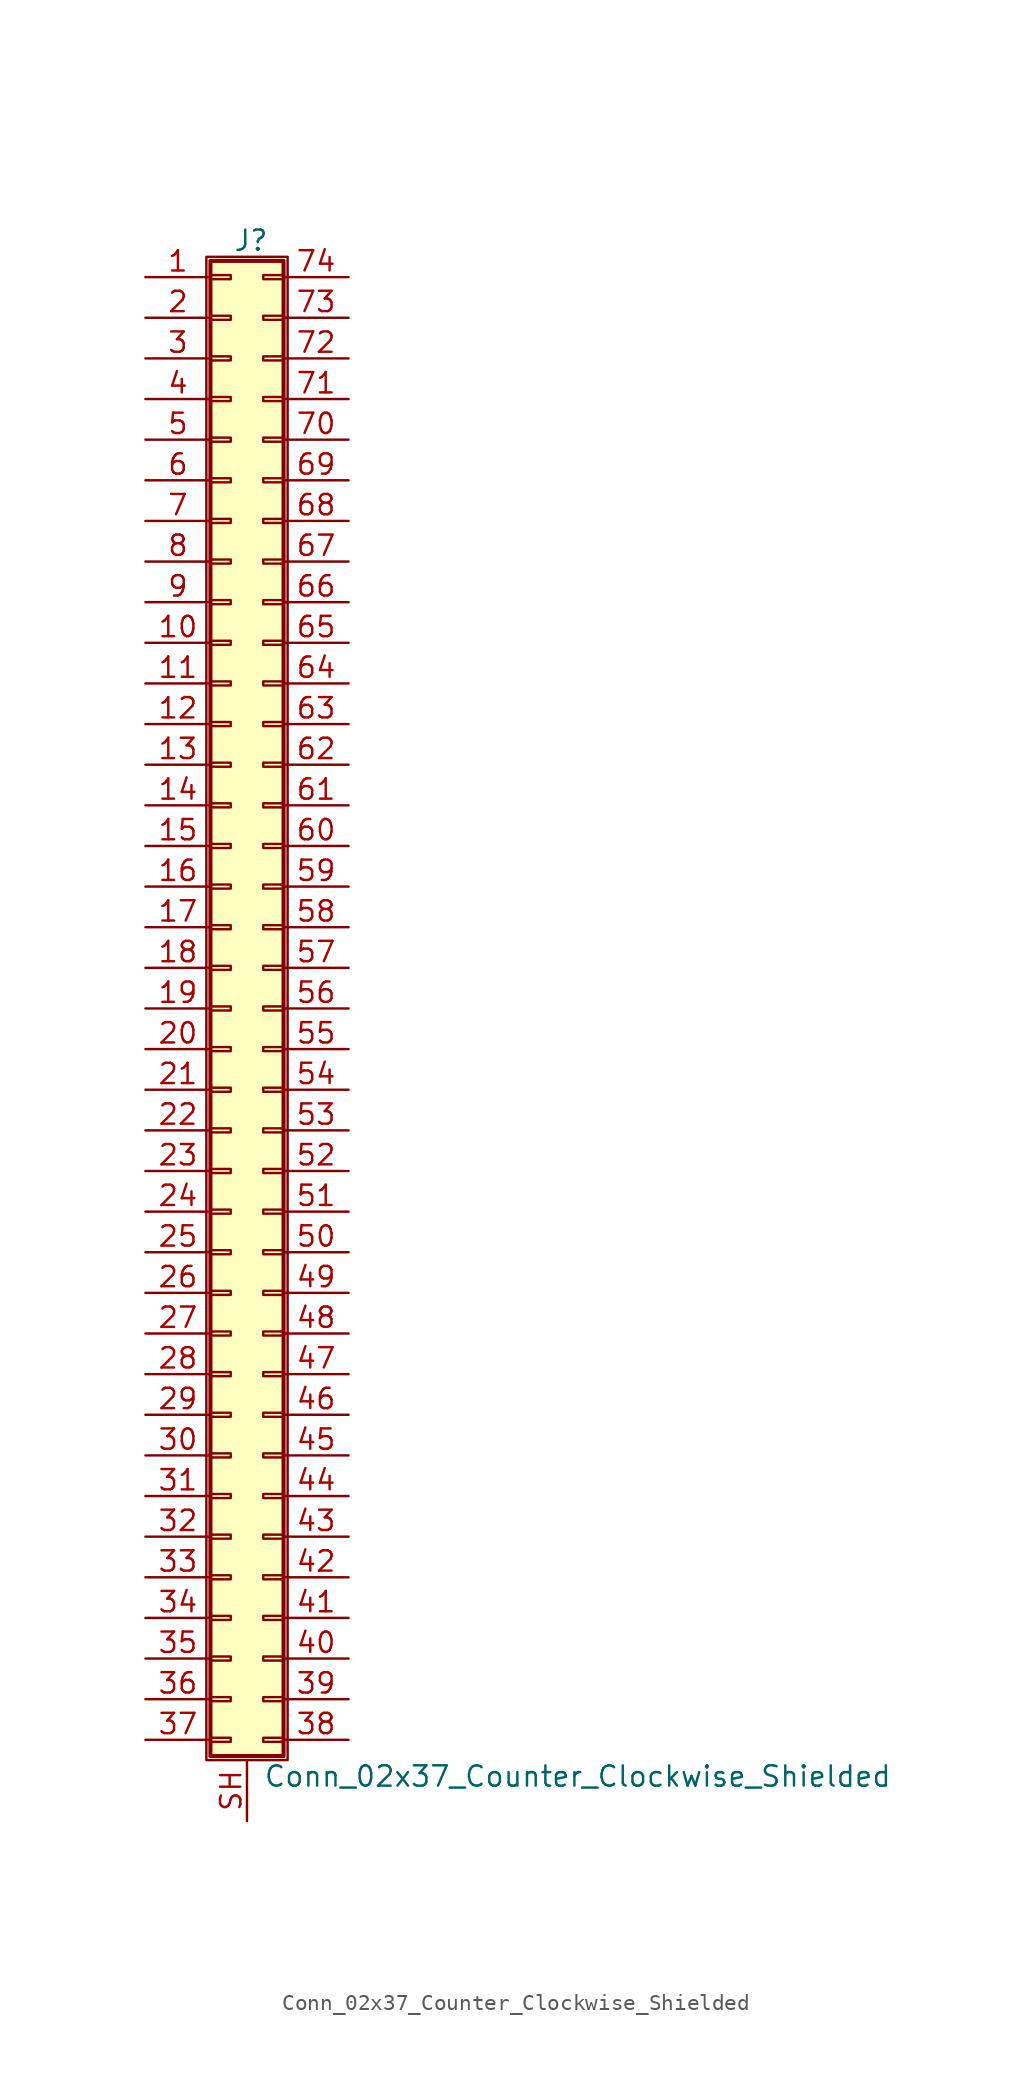
<source format=kicad_sym>
(kicad_symbol_lib
  (version 20201005)
  (generator kicad_symbol_editor)
  (symbol "Connector_Generic_Shielded:Conn_02x37_Counter_Clockwise_Shielded"
    (pin_names
      (offset 1.016) hide)
    (property "Reference" "J"
      (at 1.524 48.006 0)
      (effects (font (size 1.27 1.27))))
    (property "Value" "Conn_02x37_Counter_Clockwise_Shielded"
      (at 2.286 -48.006 0)
      (effects (font (size 1.27 1.27)) (justify left)))
    (symbol "Conn_02x37_Counter_Clockwise_Shielded_1_1"
      (rectangle (start -1.016 -27.813) (end 0.254 -28.067) (stroke (width 0.152)) (fill (type none)))
      (rectangle (start -1.016 -30.353) (end 0.254 -30.607) (stroke (width 0.152)) (fill (type none)))
      (rectangle (start -1.016 -32.893) (end 0.254 -33.147) (stroke (width 0.152)) (fill (type none)))
      (rectangle (start -1.016 -35.433) (end 0.254 -35.687) (stroke (width 0.152)) (fill (type none)))
      (rectangle (start -1.016 -37.973) (end 0.254 -38.227) (stroke (width 0.152)) (fill (type none)))
      (rectangle (start -1.016 -40.513) (end 0.254 -40.767) (stroke (width 0.152)) (fill (type none)))
      (rectangle (start -1.016 -43.053) (end 0.254 -43.307) (stroke (width 0.152)) (fill (type none)))
      (rectangle (start -1.016 -45.593) (end 0.254 -45.847) (stroke (width 0.152)) (fill (type none)))
      (rectangle (start -1.016 -4.953) (end 0.254 -5.207) (stroke (width 0.152)) (fill (type none)))
      (rectangle (start -1.016 -7.493) (end 0.254 -7.747) (stroke (width 0.152)) (fill (type none)))
      (rectangle (start -1.016 -10.033) (end 0.254 -10.287) (stroke (width 0.152)) (fill (type none)))
      (rectangle (start -1.016 -12.573) (end 0.254 -12.827) (stroke (width 0.152)) (fill (type none)))
      (rectangle (start -1.016 -15.113) (end 0.254 -15.367) (stroke (width 0.152)) (fill (type none)))
      (rectangle (start -1.016 -17.653) (end 0.254 -17.907) (stroke (width 0.152)) (fill (type none)))
      (rectangle (start -1.016 -20.193) (end 0.254 -20.447) (stroke (width 0.152)) (fill (type none)))
      (rectangle (start -1.016 -22.733) (end 0.254 -22.987) (stroke (width 0.152)) (fill (type none)))
      (rectangle (start -1.016 -2.413) (end 0.254 -2.667) (stroke (width 0.152)) (fill (type none)))
      (rectangle (start -1.016 -25.273) (end 0.254 -25.527) (stroke (width 0.152)) (fill (type none)))
      (rectangle (start -1.016 25.527) (end 0.254 25.273) (stroke (width 0.152)) (fill (type none)))
      (rectangle (start -1.016 2.667) (end 0.254 2.413) (stroke (width 0.152)) (fill (type none)))
      (rectangle (start -1.016 28.067) (end 0.254 27.813) (stroke (width 0.152)) (fill (type none)))
      (rectangle (start -1.016 30.607) (end 0.254 30.353) (stroke (width 0.152)) (fill (type none)))
      (rectangle (start -1.016 33.147) (end 0.254 32.893) (stroke (width 0.152)) (fill (type none)))
      (rectangle (start -1.016 35.687) (end 0.254 35.433) (stroke (width 0.152)) (fill (type none)))
      (rectangle (start -1.016 38.227) (end 0.254 37.973) (stroke (width 0.152)) (fill (type none)))
      (rectangle (start -1.016 40.767) (end 0.254 40.513) (stroke (width 0.152)) (fill (type none)))
      (rectangle (start -1.016 43.307) (end 0.254 43.053) (stroke (width 0.152)) (fill (type none)))
      (rectangle (start -1.016 45.847) (end 0.254 45.593) (stroke (width 0.152)) (fill (type none)))
      (rectangle (start -1.016 46.736) (end 3.556 -46.736) (stroke (width 0.254)) (fill (type background)))
      (rectangle (start -1.016 5.207) (end 0.254 4.953) (stroke (width 0.152)) (fill (type none)))
      (rectangle (start -1.016 7.747) (end 0.254 7.493) (stroke (width 0.152)) (fill (type none)))
      (rectangle (start -1.016 10.287) (end 0.254 10.033) (stroke (width 0.152)) (fill (type none)))
      (rectangle (start -1.016 0.127) (end 0.254 -0.127) (stroke (width 0.152)) (fill (type none)))
      (rectangle (start -1.016 12.827) (end 0.254 12.573) (stroke (width 0.152)) (fill (type none)))
      (rectangle (start -1.016 15.367) (end 0.254 15.113) (stroke (width 0.152)) (fill (type none)))
      (rectangle (start -1.016 17.907) (end 0.254 17.653) (stroke (width 0.152)) (fill (type none)))
      (rectangle (start -1.016 20.447) (end 0.254 20.193) (stroke (width 0.152)) (fill (type none)))
      (rectangle (start -1.016 22.987) (end 0.254 22.733) (stroke (width 0.152)) (fill (type none)))
      (rectangle (start -1.27 46.99) (end 3.81 -46.99) (stroke (width 0.152)) (fill (type none)))
      (rectangle (start 3.556 -27.813) (end 2.286 -28.067) (stroke (width 0.152)) (fill (type none)))
      (rectangle (start 3.556 -30.353) (end 2.286 -30.607) (stroke (width 0.152)) (fill (type none)))
      (rectangle (start 3.556 -32.893) (end 2.286 -33.147) (stroke (width 0.152)) (fill (type none)))
      (rectangle (start 3.556 -35.433) (end 2.286 -35.687) (stroke (width 0.152)) (fill (type none)))
      (rectangle (start 3.556 -37.973) (end 2.286 -38.227) (stroke (width 0.152)) (fill (type none)))
      (rectangle (start 3.556 -40.513) (end 2.286 -40.767) (stroke (width 0.152)) (fill (type none)))
      (rectangle (start 3.556 -43.053) (end 2.286 -43.307) (stroke (width 0.152)) (fill (type none)))
      (rectangle (start 3.556 -45.593) (end 2.286 -45.847) (stroke (width 0.152)) (fill (type none)))
      (rectangle (start 3.556 -4.953) (end 2.286 -5.207) (stroke (width 0.152)) (fill (type none)))
      (rectangle (start 3.556 -7.493) (end 2.286 -7.747) (stroke (width 0.152)) (fill (type none)))
      (rectangle (start 3.556 -10.033) (end 2.286 -10.287) (stroke (width 0.152)) (fill (type none)))
      (rectangle (start 3.556 -12.573) (end 2.286 -12.827) (stroke (width 0.152)) (fill (type none)))
      (rectangle (start 3.556 -15.113) (end 2.286 -15.367) (stroke (width 0.152)) (fill (type none)))
      (rectangle (start 3.556 -17.653) (end 2.286 -17.907) (stroke (width 0.152)) (fill (type none)))
      (rectangle (start 3.556 -20.193) (end 2.286 -20.447) (stroke (width 0.152)) (fill (type none)))
      (rectangle (start 3.556 -22.733) (end 2.286 -22.987) (stroke (width 0.152)) (fill (type none)))
      (rectangle (start 3.556 -2.413) (end 2.286 -2.667) (stroke (width 0.152)) (fill (type none)))
      (rectangle (start 3.556 -25.273) (end 2.286 -25.527) (stroke (width 0.152)) (fill (type none)))
      (rectangle (start 3.556 25.527) (end 2.286 25.273) (stroke (width 0.152)) (fill (type none)))
      (rectangle (start 3.556 2.667) (end 2.286 2.413) (stroke (width 0.152)) (fill (type none)))
      (rectangle (start 3.556 28.067) (end 2.286 27.813) (stroke (width 0.152)) (fill (type none)))
      (rectangle (start 3.556 30.607) (end 2.286 30.353) (stroke (width 0.152)) (fill (type none)))
      (rectangle (start 3.556 33.147) (end 2.286 32.893) (stroke (width 0.152)) (fill (type none)))
      (rectangle (start 3.556 35.687) (end 2.286 35.433) (stroke (width 0.152)) (fill (type none)))
      (rectangle (start 3.556 38.227) (end 2.286 37.973) (stroke (width 0.152)) (fill (type none)))
      (rectangle (start 3.556 40.767) (end 2.286 40.513) (stroke (width 0.152)) (fill (type none)))
      (rectangle (start 3.556 43.307) (end 2.286 43.053) (stroke (width 0.152)) (fill (type none)))
      (rectangle (start 3.556 45.847) (end 2.286 45.593) (stroke (width 0.152)) (fill (type none)))
      (rectangle (start 3.556 5.207) (end 2.286 4.953) (stroke (width 0.152)) (fill (type none)))
      (rectangle (start 3.556 7.747) (end 2.286 7.493) (stroke (width 0.152)) (fill (type none)))
      (rectangle (start 3.556 10.287) (end 2.286 10.033) (stroke (width 0.152)) (fill (type none)))
      (rectangle (start 3.556 0.127) (end 2.286 -0.127) (stroke (width 0.152)) (fill (type none)))
      (rectangle (start 3.556 12.827) (end 2.286 12.573) (stroke (width 0.152)) (fill (type none)))
      (rectangle (start 3.556 15.367) (end 2.286 15.113) (stroke (width 0.152)) (fill (type none)))
      (rectangle (start 3.556 17.907) (end 2.286 17.653) (stroke (width 0.152)) (fill (type none)))
      (rectangle (start 3.556 20.447) (end 2.286 20.193) (stroke (width 0.152)) (fill (type none)))
      (rectangle (start 3.556 22.987) (end 2.286 22.733) (stroke (width 0.152)) (fill (type none)))
      (pin passive line (at -5.08 45.72 0) (length 4.064) (name "Pin_1" (effects (font (size 1.27 1.27)))) (number "1" (effects (font (size 1.27 1.27)))))
      (pin passive line (at -5.08 22.86 0) (length 4.064) (name "Pin_10" (effects (font (size 1.27 1.27)))) (number "10" (effects (font (size 1.27 1.27)))))
      (pin passive line (at -5.08 20.32 0) (length 4.064) (name "Pin_11" (effects (font (size 1.27 1.27)))) (number "11" (effects (font (size 1.27 1.27)))))
      (pin passive line (at -5.08 17.78 0) (length 4.064) (name "Pin_12" (effects (font (size 1.27 1.27)))) (number "12" (effects (font (size 1.27 1.27)))))
      (pin passive line (at -5.08 15.24 0) (length 4.064) (name "Pin_13" (effects (font (size 1.27 1.27)))) (number "13" (effects (font (size 1.27 1.27)))))
      (pin passive line (at -5.08 12.7 0) (length 4.064) (name "Pin_14" (effects (font (size 1.27 1.27)))) (number "14" (effects (font (size 1.27 1.27)))))
      (pin passive line (at -5.08 10.16 0) (length 4.064) (name "Pin_15" (effects (font (size 1.27 1.27)))) (number "15" (effects (font (size 1.27 1.27)))))
      (pin passive line (at -5.08 7.62 0) (length 4.064) (name "Pin_16" (effects (font (size 1.27 1.27)))) (number "16" (effects (font (size 1.27 1.27)))))
      (pin passive line (at -5.08 5.08 0) (length 4.064) (name "Pin_17" (effects (font (size 1.27 1.27)))) (number "17" (effects (font (size 1.27 1.27)))))
      (pin passive line (at -5.08 2.54 0) (length 4.064) (name "Pin_18" (effects (font (size 1.27 1.27)))) (number "18" (effects (font (size 1.27 1.27)))))
      (pin passive line (at -5.08 0 0) (length 4.064) (name "Pin_19" (effects (font (size 1.27 1.27)))) (number "19" (effects (font (size 1.27 1.27)))))
      (pin passive line (at -5.08 43.18 0) (length 4.064) (name "Pin_2" (effects (font (size 1.27 1.27)))) (number "2" (effects (font (size 1.27 1.27)))))
      (pin passive line (at -5.08 -2.54 0) (length 4.064) (name "Pin_20" (effects (font (size 1.27 1.27)))) (number "20" (effects (font (size 1.27 1.27)))))
      (pin passive line (at -5.08 -5.08 0) (length 4.064) (name "Pin_21" (effects (font (size 1.27 1.27)))) (number "21" (effects (font (size 1.27 1.27)))))
      (pin passive line (at -5.08 -7.62 0) (length 4.064) (name "Pin_22" (effects (font (size 1.27 1.27)))) (number "22" (effects (font (size 1.27 1.27)))))
      (pin passive line (at -5.08 -10.16 0) (length 4.064) (name "Pin_23" (effects (font (size 1.27 1.27)))) (number "23" (effects (font (size 1.27 1.27)))))
      (pin passive line (at -5.08 -12.7 0) (length 4.064) (name "Pin_24" (effects (font (size 1.27 1.27)))) (number "24" (effects (font (size 1.27 1.27)))))
      (pin passive line (at -5.08 -15.24 0) (length 4.064) (name "Pin_25" (effects (font (size 1.27 1.27)))) (number "25" (effects (font (size 1.27 1.27)))))
      (pin passive line (at -5.08 -17.78 0) (length 4.064) (name "Pin_26" (effects (font (size 1.27 1.27)))) (number "26" (effects (font (size 1.27 1.27)))))
      (pin passive line (at -5.08 -20.32 0) (length 4.064) (name "Pin_27" (effects (font (size 1.27 1.27)))) (number "27" (effects (font (size 1.27 1.27)))))
      (pin passive line (at -5.08 -22.86 0) (length 4.064) (name "Pin_28" (effects (font (size 1.27 1.27)))) (number "28" (effects (font (size 1.27 1.27)))))
      (pin passive line (at -5.08 -25.4 0) (length 4.064) (name "Pin_29" (effects (font (size 1.27 1.27)))) (number "29" (effects (font (size 1.27 1.27)))))
      (pin passive line (at -5.08 40.64 0) (length 4.064) (name "Pin_3" (effects (font (size 1.27 1.27)))) (number "3" (effects (font (size 1.27 1.27)))))
      (pin passive line (at -5.08 -27.94 0) (length 4.064) (name "Pin_30" (effects (font (size 1.27 1.27)))) (number "30" (effects (font (size 1.27 1.27)))))
      (pin passive line (at -5.08 -30.48 0) (length 4.064) (name "Pin_31" (effects (font (size 1.27 1.27)))) (number "31" (effects (font (size 1.27 1.27)))))
      (pin passive line (at -5.08 -33.02 0) (length 4.064) (name "Pin_32" (effects (font (size 1.27 1.27)))) (number "32" (effects (font (size 1.27 1.27)))))
      (pin passive line (at -5.08 -35.56 0) (length 4.064) (name "Pin_33" (effects (font (size 1.27 1.27)))) (number "33" (effects (font (size 1.27 1.27)))))
      (pin passive line (at -5.08 -38.1 0) (length 4.064) (name "Pin_34" (effects (font (size 1.27 1.27)))) (number "34" (effects (font (size 1.27 1.27)))))
      (pin passive line (at -5.08 -40.64 0) (length 4.064) (name "Pin_35" (effects (font (size 1.27 1.27)))) (number "35" (effects (font (size 1.27 1.27)))))
      (pin passive line (at -5.08 -43.18 0) (length 4.064) (name "Pin_36" (effects (font (size 1.27 1.27)))) (number "36" (effects (font (size 1.27 1.27)))))
      (pin passive line (at -5.08 -45.72 0) (length 4.064) (name "Pin_37" (effects (font (size 1.27 1.27)))) (number "37" (effects (font (size 1.27 1.27)))))
      (pin passive line (at 7.62 -45.72 180) (length 4.064) (name "Pin_38" (effects (font (size 1.27 1.27)))) (number "38" (effects (font (size 1.27 1.27)))))
      (pin passive line (at 7.62 -43.18 180) (length 4.064) (name "Pin_39" (effects (font (size 1.27 1.27)))) (number "39" (effects (font (size 1.27 1.27)))))
      (pin passive line (at -5.08 38.1 0) (length 4.064) (name "Pin_4" (effects (font (size 1.27 1.27)))) (number "4" (effects (font (size 1.27 1.27)))))
      (pin passive line (at 7.62 -40.64 180) (length 4.064) (name "Pin_40" (effects (font (size 1.27 1.27)))) (number "40" (effects (font (size 1.27 1.27)))))
      (pin passive line (at 7.62 -38.1 180) (length 4.064) (name "Pin_41" (effects (font (size 1.27 1.27)))) (number "41" (effects (font (size 1.27 1.27)))))
      (pin passive line (at 7.62 -35.56 180) (length 4.064) (name "Pin_42" (effects (font (size 1.27 1.27)))) (number "42" (effects (font (size 1.27 1.27)))))
      (pin passive line (at 7.62 -33.02 180) (length 4.064) (name "Pin_43" (effects (font (size 1.27 1.27)))) (number "43" (effects (font (size 1.27 1.27)))))
      (pin passive line (at 7.62 -30.48 180) (length 4.064) (name "Pin_44" (effects (font (size 1.27 1.27)))) (number "44" (effects (font (size 1.27 1.27)))))
      (pin passive line (at 7.62 -27.94 180) (length 4.064) (name "Pin_45" (effects (font (size 1.27 1.27)))) (number "45" (effects (font (size 1.27 1.27)))))
      (pin passive line (at 7.62 -25.4 180) (length 4.064) (name "Pin_46" (effects (font (size 1.27 1.27)))) (number "46" (effects (font (size 1.27 1.27)))))
      (pin passive line (at 7.62 -22.86 180) (length 4.064) (name "Pin_47" (effects (font (size 1.27 1.27)))) (number "47" (effects (font (size 1.27 1.27)))))
      (pin passive line (at 7.62 -20.32 180) (length 4.064) (name "Pin_48" (effects (font (size 1.27 1.27)))) (number "48" (effects (font (size 1.27 1.27)))))
      (pin passive line (at 7.62 -17.78 180) (length 4.064) (name "Pin_49" (effects (font (size 1.27 1.27)))) (number "49" (effects (font (size 1.27 1.27)))))
      (pin passive line (at -5.08 35.56 0) (length 4.064) (name "Pin_5" (effects (font (size 1.27 1.27)))) (number "5" (effects (font (size 1.27 1.27)))))
      (pin passive line (at 7.62 -15.24 180) (length 4.064) (name "Pin_50" (effects (font (size 1.27 1.27)))) (number "50" (effects (font (size 1.27 1.27)))))
      (pin passive line (at 7.62 -12.7 180) (length 4.064) (name "Pin_51" (effects (font (size 1.27 1.27)))) (number "51" (effects (font (size 1.27 1.27)))))
      (pin passive line (at 7.62 -10.16 180) (length 4.064) (name "Pin_52" (effects (font (size 1.27 1.27)))) (number "52" (effects (font (size 1.27 1.27)))))
      (pin passive line (at 7.62 -7.62 180) (length 4.064) (name "Pin_53" (effects (font (size 1.27 1.27)))) (number "53" (effects (font (size 1.27 1.27)))))
      (pin passive line (at 7.62 -5.08 180) (length 4.064) (name "Pin_54" (effects (font (size 1.27 1.27)))) (number "54" (effects (font (size 1.27 1.27)))))
      (pin passive line (at 7.62 -2.54 180) (length 4.064) (name "Pin_55" (effects (font (size 1.27 1.27)))) (number "55" (effects (font (size 1.27 1.27)))))
      (pin passive line (at 7.62 0 180) (length 4.064) (name "Pin_56" (effects (font (size 1.27 1.27)))) (number "56" (effects (font (size 1.27 1.27)))))
      (pin passive line (at 7.62 2.54 180) (length 4.064) (name "Pin_57" (effects (font (size 1.27 1.27)))) (number "57" (effects (font (size 1.27 1.27)))))
      (pin passive line (at 7.62 5.08 180) (length 4.064) (name "Pin_58" (effects (font (size 1.27 1.27)))) (number "58" (effects (font (size 1.27 1.27)))))
      (pin passive line (at 7.62 7.62 180) (length 4.064) (name "Pin_59" (effects (font (size 1.27 1.27)))) (number "59" (effects (font (size 1.27 1.27)))))
      (pin passive line (at -5.08 33.02 0) (length 4.064) (name "Pin_6" (effects (font (size 1.27 1.27)))) (number "6" (effects (font (size 1.27 1.27)))))
      (pin passive line (at 7.62 10.16 180) (length 4.064) (name "Pin_60" (effects (font (size 1.27 1.27)))) (number "60" (effects (font (size 1.27 1.27)))))
      (pin passive line (at 7.62 12.7 180) (length 4.064) (name "Pin_61" (effects (font (size 1.27 1.27)))) (number "61" (effects (font (size 1.27 1.27)))))
      (pin passive line (at 7.62 15.24 180) (length 4.064) (name "Pin_62" (effects (font (size 1.27 1.27)))) (number "62" (effects (font (size 1.27 1.27)))))
      (pin passive line (at 7.62 17.78 180) (length 4.064) (name "Pin_63" (effects (font (size 1.27 1.27)))) (number "63" (effects (font (size 1.27 1.27)))))
      (pin passive line (at 7.62 20.32 180) (length 4.064) (name "Pin_64" (effects (font (size 1.27 1.27)))) (number "64" (effects (font (size 1.27 1.27)))))
      (pin passive line (at 7.62 22.86 180) (length 4.064) (name "Pin_65" (effects (font (size 1.27 1.27)))) (number "65" (effects (font (size 1.27 1.27)))))
      (pin passive line (at 7.62 25.4 180) (length 4.064) (name "Pin_66" (effects (font (size 1.27 1.27)))) (number "66" (effects (font (size 1.27 1.27)))))
      (pin passive line (at 7.62 27.94 180) (length 4.064) (name "Pin_67" (effects (font (size 1.27 1.27)))) (number "67" (effects (font (size 1.27 1.27)))))
      (pin passive line (at 7.62 30.48 180) (length 4.064) (name "Pin_68" (effects (font (size 1.27 1.27)))) (number "68" (effects (font (size 1.27 1.27)))))
      (pin passive line (at 7.62 33.02 180) (length 4.064) (name "Pin_69" (effects (font (size 1.27 1.27)))) (number "69" (effects (font (size 1.27 1.27)))))
      (pin passive line (at -5.08 30.48 0) (length 4.064) (name "Pin_7" (effects (font (size 1.27 1.27)))) (number "7" (effects (font (size 1.27 1.27)))))
      (pin passive line (at 7.62 35.56 180) (length 4.064) (name "Pin_70" (effects (font (size 1.27 1.27)))) (number "70" (effects (font (size 1.27 1.27)))))
      (pin passive line (at 7.62 38.1 180) (length 4.064) (name "Pin_71" (effects (font (size 1.27 1.27)))) (number "71" (effects (font (size 1.27 1.27)))))
      (pin passive line (at 7.62 40.64 180) (length 4.064) (name "Pin_72" (effects (font (size 1.27 1.27)))) (number "72" (effects (font (size 1.27 1.27)))))
      (pin passive line (at 7.62 43.18 180) (length 4.064) (name "Pin_73" (effects (font (size 1.27 1.27)))) (number "73" (effects (font (size 1.27 1.27)))))
      (pin passive line (at 7.62 45.72 180) (length 4.064) (name "Pin_74" (effects (font (size 1.27 1.27)))) (number "74" (effects (font (size 1.27 1.27)))))
      (pin passive line (at -5.08 27.94 0) (length 4.064) (name "Pin_8" (effects (font (size 1.27 1.27)))) (number "8" (effects (font (size 1.27 1.27)))))
      (pin passive line (at -5.08 25.4 0) (length 4.064) (name "Pin_9" (effects (font (size 1.27 1.27)))) (number "9" (effects (font (size 1.27 1.27)))))
      (pin passive line (at 1.27 -50.8 90) (length 3.81) (name "Shield" (effects (font (size 1.27 1.27)))) (number "SH" (effects (font (size 1.27 1.27))))))))
</source>
